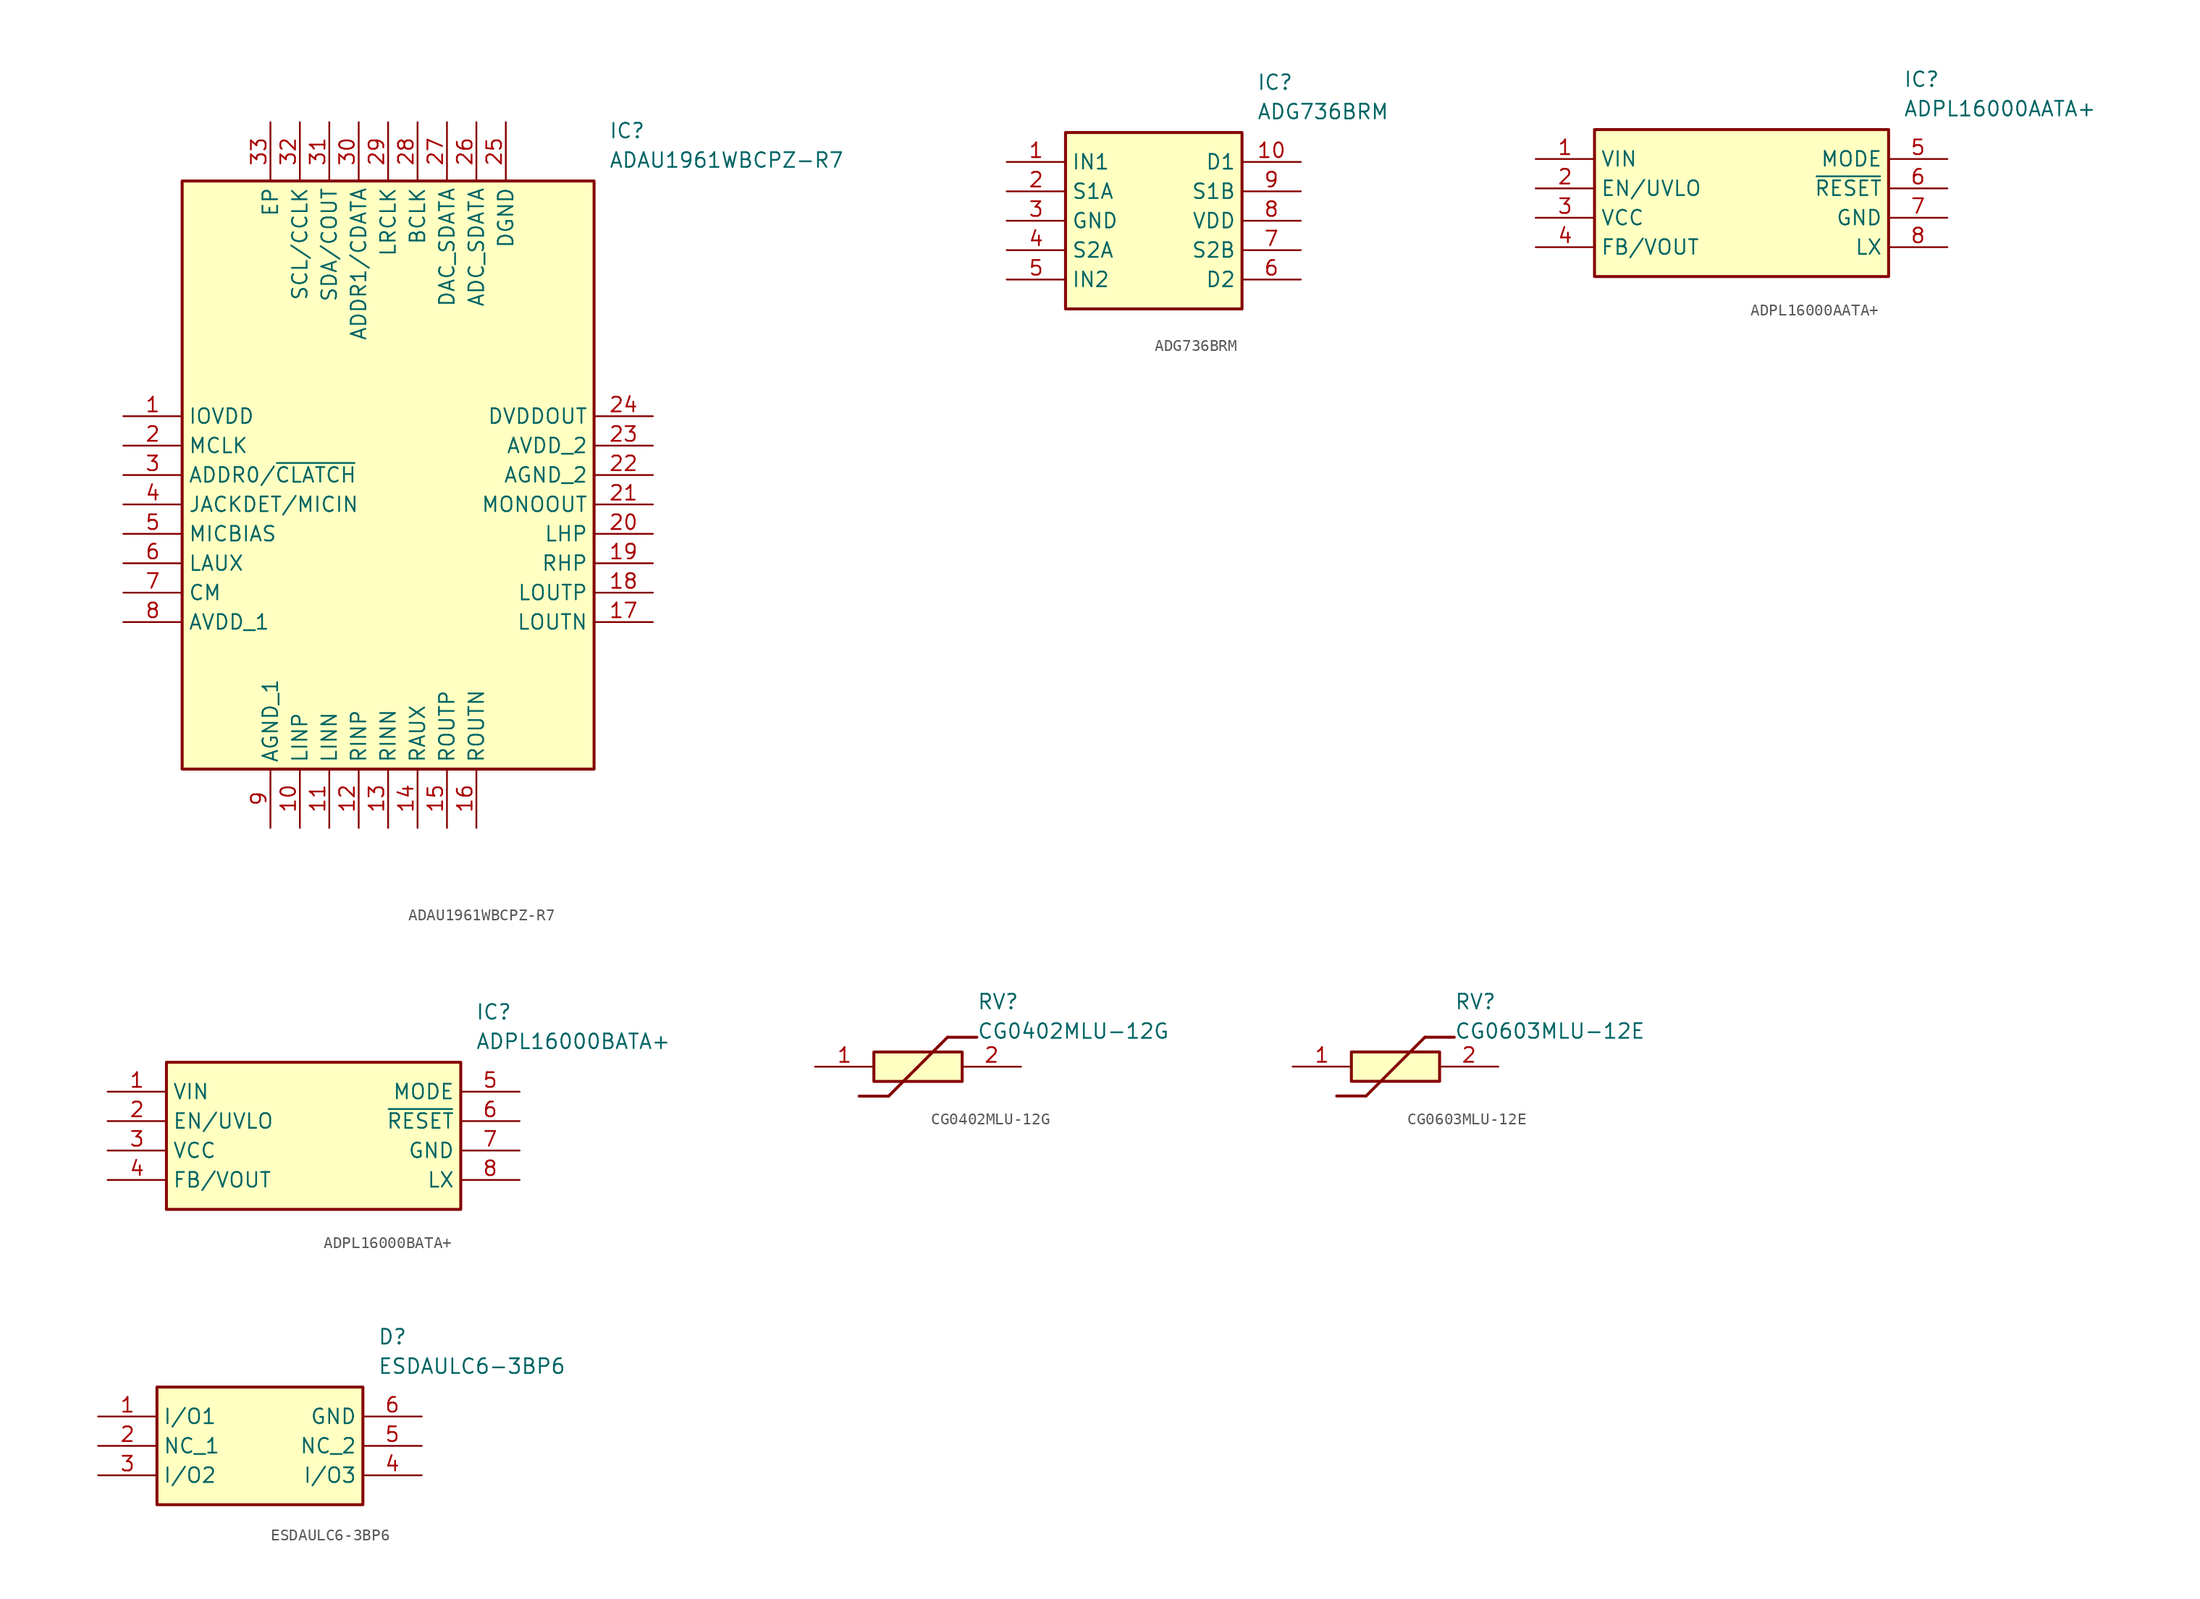
<source format=kicad_sym>
(kicad_symbol_lib
  (version 20220914)
  (generator SamacSys_ECAD_Model)
  (symbol "ADAU1961WBCPZ-R7"
    (property "Reference" "IC"
      (at 41.91 25.4 0)
      (effects (font (size 1.27 1.27)) (justify left top)))
    (property "Value" "ADAU1961WBCPZ-R7"
      (at 41.91 22.86 0)
      (effects (font (size 1.27 1.27)) (justify left top)))
    (rectangle
      (start 5.08 20.32)
      (end 40.64 -30.48)
      (stroke (width 0.254) (type default))
      (fill (type background)))
    (pin passive line
      (at 0 0 0)
      (length 5.08)
      (name "IOVDD" (effects (font (size 1.27 1.27))))
      (number "1" (effects (font (size 1.27 1.27)))))
    (pin passive line
      (at 0 -2.54 0)
      (length 5.08)
      (name "MCLK" (effects (font (size 1.27 1.27))))
      (number "2" (effects (font (size 1.27 1.27)))))
    (pin passive line
      (at 0 -5.08 0)
      (length 5.08)
      (name "ADDR0/~{CLATCH}" (effects (font (size 1.27 1.27))))
      (number "3" (effects (font (size 1.27 1.27)))))
    (pin passive line
      (at 0 -7.62 0)
      (length 5.08)
      (name "JACKDET/MICIN" (effects (font (size 1.27 1.27))))
      (number "4" (effects (font (size 1.27 1.27)))))
    (pin passive line
      (at 0 -10.16 0)
      (length 5.08)
      (name "MICBIAS" (effects (font (size 1.27 1.27))))
      (number "5" (effects (font (size 1.27 1.27)))))
    (pin passive line
      (at 0 -12.7 0)
      (length 5.08)
      (name "LAUX" (effects (font (size 1.27 1.27))))
      (number "6" (effects (font (size 1.27 1.27)))))
    (pin passive line
      (at 0 -15.24 0)
      (length 5.08)
      (name "CM" (effects (font (size 1.27 1.27))))
      (number "7" (effects (font (size 1.27 1.27)))))
    (pin passive line
      (at 0 -17.78 0)
      (length 5.08)
      (name "AVDD_1" (effects (font (size 1.27 1.27))))
      (number "8" (effects (font (size 1.27 1.27)))))
    (pin passive line
      (at 12.7 -35.56 90)
      (length 5.08)
      (name "AGND_1" (effects (font (size 1.27 1.27))))
      (number "9" (effects (font (size 1.27 1.27)))))
    (pin passive line
      (at 15.24 -35.56 90)
      (length 5.08)
      (name "LINP" (effects (font (size 1.27 1.27))))
      (number "10" (effects (font (size 1.27 1.27)))))
    (pin passive line
      (at 17.78 -35.56 90)
      (length 5.08)
      (name "LINN" (effects (font (size 1.27 1.27))))
      (number "11" (effects (font (size 1.27 1.27)))))
    (pin passive line
      (at 20.32 -35.56 90)
      (length 5.08)
      (name "RINP" (effects (font (size 1.27 1.27))))
      (number "12" (effects (font (size 1.27 1.27)))))
    (pin passive line
      (at 22.86 -35.56 90)
      (length 5.08)
      (name "RINN" (effects (font (size 1.27 1.27))))
      (number "13" (effects (font (size 1.27 1.27)))))
    (pin passive line
      (at 25.4 -35.56 90)
      (length 5.08)
      (name "RAUX" (effects (font (size 1.27 1.27))))
      (number "14" (effects (font (size 1.27 1.27)))))
    (pin passive line
      (at 27.94 -35.56 90)
      (length 5.08)
      (name "ROUTP" (effects (font (size 1.27 1.27))))
      (number "15" (effects (font (size 1.27 1.27)))))
    (pin passive line
      (at 30.48 -35.56 90)
      (length 5.08)
      (name "ROUTN" (effects (font (size 1.27 1.27))))
      (number "16" (effects (font (size 1.27 1.27)))))
    (pin passive line
      (at 45.72 0 180)
      (length 5.08)
      (name "DVDDOUT" (effects (font (size 1.27 1.27))))
      (number "24" (effects (font (size 1.27 1.27)))))
    (pin passive line
      (at 45.72 -2.54 180)
      (length 5.08)
      (name "AVDD_2" (effects (font (size 1.27 1.27))))
      (number "23" (effects (font (size 1.27 1.27)))))
    (pin passive line
      (at 45.72 -5.08 180)
      (length 5.08)
      (name "AGND_2" (effects (font (size 1.27 1.27))))
      (number "22" (effects (font (size 1.27 1.27)))))
    (pin passive line
      (at 45.72 -7.62 180)
      (length 5.08)
      (name "MONOOUT" (effects (font (size 1.27 1.27))))
      (number "21" (effects (font (size 1.27 1.27)))))
    (pin passive line
      (at 45.72 -10.16 180)
      (length 5.08)
      (name "LHP" (effects (font (size 1.27 1.27))))
      (number "20" (effects (font (size 1.27 1.27)))))
    (pin passive line
      (at 45.72 -12.7 180)
      (length 5.08)
      (name "RHP" (effects (font (size 1.27 1.27))))
      (number "19" (effects (font (size 1.27 1.27)))))
    (pin passive line
      (at 45.72 -15.24 180)
      (length 5.08)
      (name "LOUTP" (effects (font (size 1.27 1.27))))
      (number "18" (effects (font (size 1.27 1.27)))))
    (pin passive line
      (at 45.72 -17.78 180)
      (length 5.08)
      (name "LOUTN" (effects (font (size 1.27 1.27))))
      (number "17" (effects (font (size 1.27 1.27)))))
    (pin passive line
      (at 12.7 25.4 270)
      (length 5.08)
      (name "EP" (effects (font (size 1.27 1.27))))
      (number "33" (effects (font (size 1.27 1.27)))))
    (pin passive line
      (at 15.24 25.4 270)
      (length 5.08)
      (name "SCL/CCLK" (effects (font (size 1.27 1.27))))
      (number "32" (effects (font (size 1.27 1.27)))))
    (pin passive line
      (at 17.78 25.4 270)
      (length 5.08)
      (name "SDA/COUT" (effects (font (size 1.27 1.27))))
      (number "31" (effects (font (size 1.27 1.27)))))
    (pin passive line
      (at 20.32 25.4 270)
      (length 5.08)
      (name "ADDR1/CDATA" (effects (font (size 1.27 1.27))))
      (number "30" (effects (font (size 1.27 1.27)))))
    (pin passive line
      (at 22.86 25.4 270)
      (length 5.08)
      (name "LRCLK" (effects (font (size 1.27 1.27))))
      (number "29" (effects (font (size 1.27 1.27)))))
    (pin passive line
      (at 25.4 25.4 270)
      (length 5.08)
      (name "BCLK" (effects (font (size 1.27 1.27))))
      (number "28" (effects (font (size 1.27 1.27)))))
    (pin passive line
      (at 27.94 25.4 270)
      (length 5.08)
      (name "DAC_SDATA" (effects (font (size 1.27 1.27))))
      (number "27" (effects (font (size 1.27 1.27)))))
    (pin passive line
      (at 30.48 25.4 270)
      (length 5.08)
      (name "ADC_SDATA" (effects (font (size 1.27 1.27))))
      (number "26" (effects (font (size 1.27 1.27)))))
    (pin passive line
      (at 33.02 25.4 270)
      (length 5.08)
      (name "DGND" (effects (font (size 1.27 1.27))))
      (number "25" (effects (font (size 1.27 1.27))))))
  (symbol "ADG736BRM"
    (property "Reference" "IC"
      (at 21.59 7.62 0)
      (effects (font (size 1.27 1.27)) (justify left top)))
    (property "Value" "ADG736BRM"
      (at 21.59 5.08 0)
      (effects (font (size 1.27 1.27)) (justify left top)))
    (rectangle
      (start 5.08 2.54)
      (end 20.32 -12.7)
      (stroke (width 0.254) (type default))
      (fill (type background)))
    (pin passive line
      (at 0 0 0)
      (length 5.08)
      (name "IN1" (effects (font (size 1.27 1.27))))
      (number "1" (effects (font (size 1.27 1.27)))))
    (pin passive line
      (at 0 -2.54 0)
      (length 5.08)
      (name "S1A" (effects (font (size 1.27 1.27))))
      (number "2" (effects (font (size 1.27 1.27)))))
    (pin passive line
      (at 0 -5.08 0)
      (length 5.08)
      (name "GND" (effects (font (size 1.27 1.27))))
      (number "3" (effects (font (size 1.27 1.27)))))
    (pin passive line
      (at 0 -7.62 0)
      (length 5.08)
      (name "S2A" (effects (font (size 1.27 1.27))))
      (number "4" (effects (font (size 1.27 1.27)))))
    (pin passive line
      (at 0 -10.16 0)
      (length 5.08)
      (name "IN2" (effects (font (size 1.27 1.27))))
      (number "5" (effects (font (size 1.27 1.27)))))
    (pin passive line
      (at 25.4 0 180)
      (length 5.08)
      (name "D1" (effects (font (size 1.27 1.27))))
      (number "10" (effects (font (size 1.27 1.27)))))
    (pin passive line
      (at 25.4 -2.54 180)
      (length 5.08)
      (name "S1B" (effects (font (size 1.27 1.27))))
      (number "9" (effects (font (size 1.27 1.27)))))
    (pin passive line
      (at 25.4 -5.08 180)
      (length 5.08)
      (name "VDD" (effects (font (size 1.27 1.27))))
      (number "8" (effects (font (size 1.27 1.27)))))
    (pin passive line
      (at 25.4 -7.62 180)
      (length 5.08)
      (name "S2B" (effects (font (size 1.27 1.27))))
      (number "7" (effects (font (size 1.27 1.27)))))
    (pin passive line
      (at 25.4 -10.16 180)
      (length 5.08)
      (name "D2" (effects (font (size 1.27 1.27))))
      (number "6" (effects (font (size 1.27 1.27))))))
  (symbol "ADPL16000AATA+"
    (property "Reference" "IC"
      (at 31.75 7.62 0)
      (effects (font (size 1.27 1.27)) (justify left top)))
    (property "Value" "ADPL16000AATA+"
      (at 31.75 5.08 0)
      (effects (font (size 1.27 1.27)) (justify left top)))
    (rectangle
      (start 5.08 2.54)
      (end 30.48 -10.16)
      (stroke (width 0.254) (type default))
      (fill (type background)))
    (pin passive line
      (at 0 0 0)
      (length 5.08)
      (name "VIN" (effects (font (size 1.27 1.27))))
      (number "1" (effects (font (size 1.27 1.27)))))
    (pin passive line
      (at 0 -2.54 0)
      (length 5.08)
      (name "EN/UVLO" (effects (font (size 1.27 1.27))))
      (number "2" (effects (font (size 1.27 1.27)))))
    (pin passive line
      (at 0 -5.08 0)
      (length 5.08)
      (name "VCC" (effects (font (size 1.27 1.27))))
      (number "3" (effects (font (size 1.27 1.27)))))
    (pin passive line
      (at 0 -7.62 0)
      (length 5.08)
      (name "FB/VOUT" (effects (font (size 1.27 1.27))))
      (number "4" (effects (font (size 1.27 1.27)))))
    (pin passive line
      (at 35.56 0 180)
      (length 5.08)
      (name "MODE" (effects (font (size 1.27 1.27))))
      (number "5" (effects (font (size 1.27 1.27)))))
    (pin passive line
      (at 35.56 -2.54 180)
      (length 5.08)
      (name "~{RESET}" (effects (font (size 1.27 1.27))))
      (number "6" (effects (font (size 1.27 1.27)))))
    (pin passive line
      (at 35.56 -5.08 180)
      (length 5.08)
      (name "GND" (effects (font (size 1.27 1.27))))
      (number "7" (effects (font (size 1.27 1.27)))))
    (pin passive line
      (at 35.56 -7.62 180)
      (length 5.08)
      (name "LX" (effects (font (size 1.27 1.27))))
      (number "8" (effects (font (size 1.27 1.27))))))
  (symbol "ADPL16000BATA+"
    (property "Reference" "IC"
      (at 31.75 7.62 0)
      (effects (font (size 1.27 1.27)) (justify left top)))
    (property "Value" "ADPL16000BATA+"
      (at 31.75 5.08 0)
      (effects (font (size 1.27 1.27)) (justify left top)))
    (rectangle
      (start 5.08 2.54)
      (end 30.48 -10.16)
      (stroke (width 0.254) (type default))
      (fill (type background)))
    (pin passive line
      (at 0 0 0)
      (length 5.08)
      (name "VIN" (effects (font (size 1.27 1.27))))
      (number "1" (effects (font (size 1.27 1.27)))))
    (pin passive line
      (at 0 -2.54 0)
      (length 5.08)
      (name "EN/UVLO" (effects (font (size 1.27 1.27))))
      (number "2" (effects (font (size 1.27 1.27)))))
    (pin passive line
      (at 0 -5.08 0)
      (length 5.08)
      (name "VCC" (effects (font (size 1.27 1.27))))
      (number "3" (effects (font (size 1.27 1.27)))))
    (pin passive line
      (at 0 -7.62 0)
      (length 5.08)
      (name "FB/VOUT" (effects (font (size 1.27 1.27))))
      (number "4" (effects (font (size 1.27 1.27)))))
    (pin passive line
      (at 35.56 0 180)
      (length 5.08)
      (name "MODE" (effects (font (size 1.27 1.27))))
      (number "5" (effects (font (size 1.27 1.27)))))
    (pin passive line
      (at 35.56 -2.54 180)
      (length 5.08)
      (name "~{RESET}" (effects (font (size 1.27 1.27))))
      (number "6" (effects (font (size 1.27 1.27)))))
    (pin passive line
      (at 35.56 -5.08 180)
      (length 5.08)
      (name "GND" (effects (font (size 1.27 1.27))))
      (number "7" (effects (font (size 1.27 1.27)))))
    (pin passive line
      (at 35.56 -7.62 180)
      (length 5.08)
      (name "LX" (effects (font (size 1.27 1.27))))
      (number "8" (effects (font (size 1.27 1.27))))))
  (symbol "CG0402MLU-12G"
    (pin_names hide)
    (property "Reference" "RV"
      (at 13.97 6.35 0)
      (effects (font (size 1.27 1.27)) (justify left top)))
    (property "Value" "CG0402MLU-12G"
      (at 13.97 3.81 0)
      (effects (font (size 1.27 1.27)) (justify left top)))
    (rectangle
      (start 5.08 1.27)
      (end 12.7 -1.27)
      (stroke (width 0.254) (type default))
      (fill (type background)))
    (polyline
      (pts (xy 3.81 -2.54) (xy 6.35 -2.54))
      (stroke (width 0.254) (type default))
      (fill (type none)))
    (polyline
      (pts (xy 11.43 2.54) (xy 6.35 -2.54))
      (stroke (width 0.254) (type default))
      (fill (type none)))
    (polyline
      (pts (xy 11.43 2.54) (xy 13.97 2.54))
      (stroke (width 0.254) (type default))
      (fill (type none)))
    (pin passive line
      (at 0 0 0)
      (length 5.08)
      (name "1" (effects (font (size 1.27 1.27))))
      (number "1" (effects (font (size 1.27 1.27)))))
    (pin passive line
      (at 17.78 0 180)
      (length 5.08)
      (name "2" (effects (font (size 1.27 1.27))))
      (number "2" (effects (font (size 1.27 1.27))))))
  (symbol "CG0603MLU-12E"
    (pin_names hide)
    (property "Reference" "RV"
      (at 13.97 6.35 0)
      (effects (font (size 1.27 1.27)) (justify left top)))
    (property "Value" "CG0603MLU-12E"
      (at 13.97 3.81 0)
      (effects (font (size 1.27 1.27)) (justify left top)))
    (rectangle
      (start 5.08 1.27)
      (end 12.7 -1.27)
      (stroke (width 0.254) (type default))
      (fill (type background)))
    (polyline
      (pts (xy 3.81 -2.54) (xy 6.35 -2.54))
      (stroke (width 0.254) (type default))
      (fill (type none)))
    (polyline
      (pts (xy 11.43 2.54) (xy 6.35 -2.54))
      (stroke (width 0.254) (type default))
      (fill (type none)))
    (polyline
      (pts (xy 11.43 2.54) (xy 13.97 2.54))
      (stroke (width 0.254) (type default))
      (fill (type none)))
    (pin passive line
      (at 0 0 0)
      (length 5.08)
      (name "1" (effects (font (size 1.27 1.27))))
      (number "1" (effects (font (size 1.27 1.27)))))
    (pin passive line
      (at 17.78 0 180)
      (length 5.08)
      (name "2" (effects (font (size 1.27 1.27))))
      (number "2" (effects (font (size 1.27 1.27))))))
  (symbol "ESDAULC6-3BP6"
    (property "Reference" "D"
      (at 24.13 7.62 0)
      (effects (font (size 1.27 1.27)) (justify left top)))
    (property "Value" "ESDAULC6-3BP6"
      (at 24.13 5.08 0)
      (effects (font (size 1.27 1.27)) (justify left top)))
    (rectangle
      (start 5.08 2.54)
      (end 22.86 -7.62)
      (stroke (width 0.254) (type default))
      (fill (type background)))
    (pin passive line
      (at 0 0 0)
      (length 5.08)
      (name "I/O1" (effects (font (size 1.27 1.27))))
      (number "1" (effects (font (size 1.27 1.27)))))
    (pin passive line
      (at 0 -2.54 0)
      (length 5.08)
      (name "NC_1" (effects (font (size 1.27 1.27))))
      (number "2" (effects (font (size 1.27 1.27)))))
    (pin passive line
      (at 0 -5.08 0)
      (length 5.08)
      (name "I/O2" (effects (font (size 1.27 1.27))))
      (number "3" (effects (font (size 1.27 1.27)))))
    (pin passive line
      (at 27.94 -5.08 180)
      (length 5.08)
      (name "I/O3" (effects (font (size 1.27 1.27))))
      (number "4" (effects (font (size 1.27 1.27)))))
    (pin passive line
      (at 27.94 -2.54 180)
      (length 5.08)
      (name "NC_2" (effects (font (size 1.27 1.27))))
      (number "5" (effects (font (size 1.27 1.27)))))
    (pin passive line
      (at 27.94 0 180)
      (length 5.08)
      (name "GND" (effects (font (size 1.27 1.27))))
      (number "6" (effects (font (size 1.27 1.27)))))))
</source>
